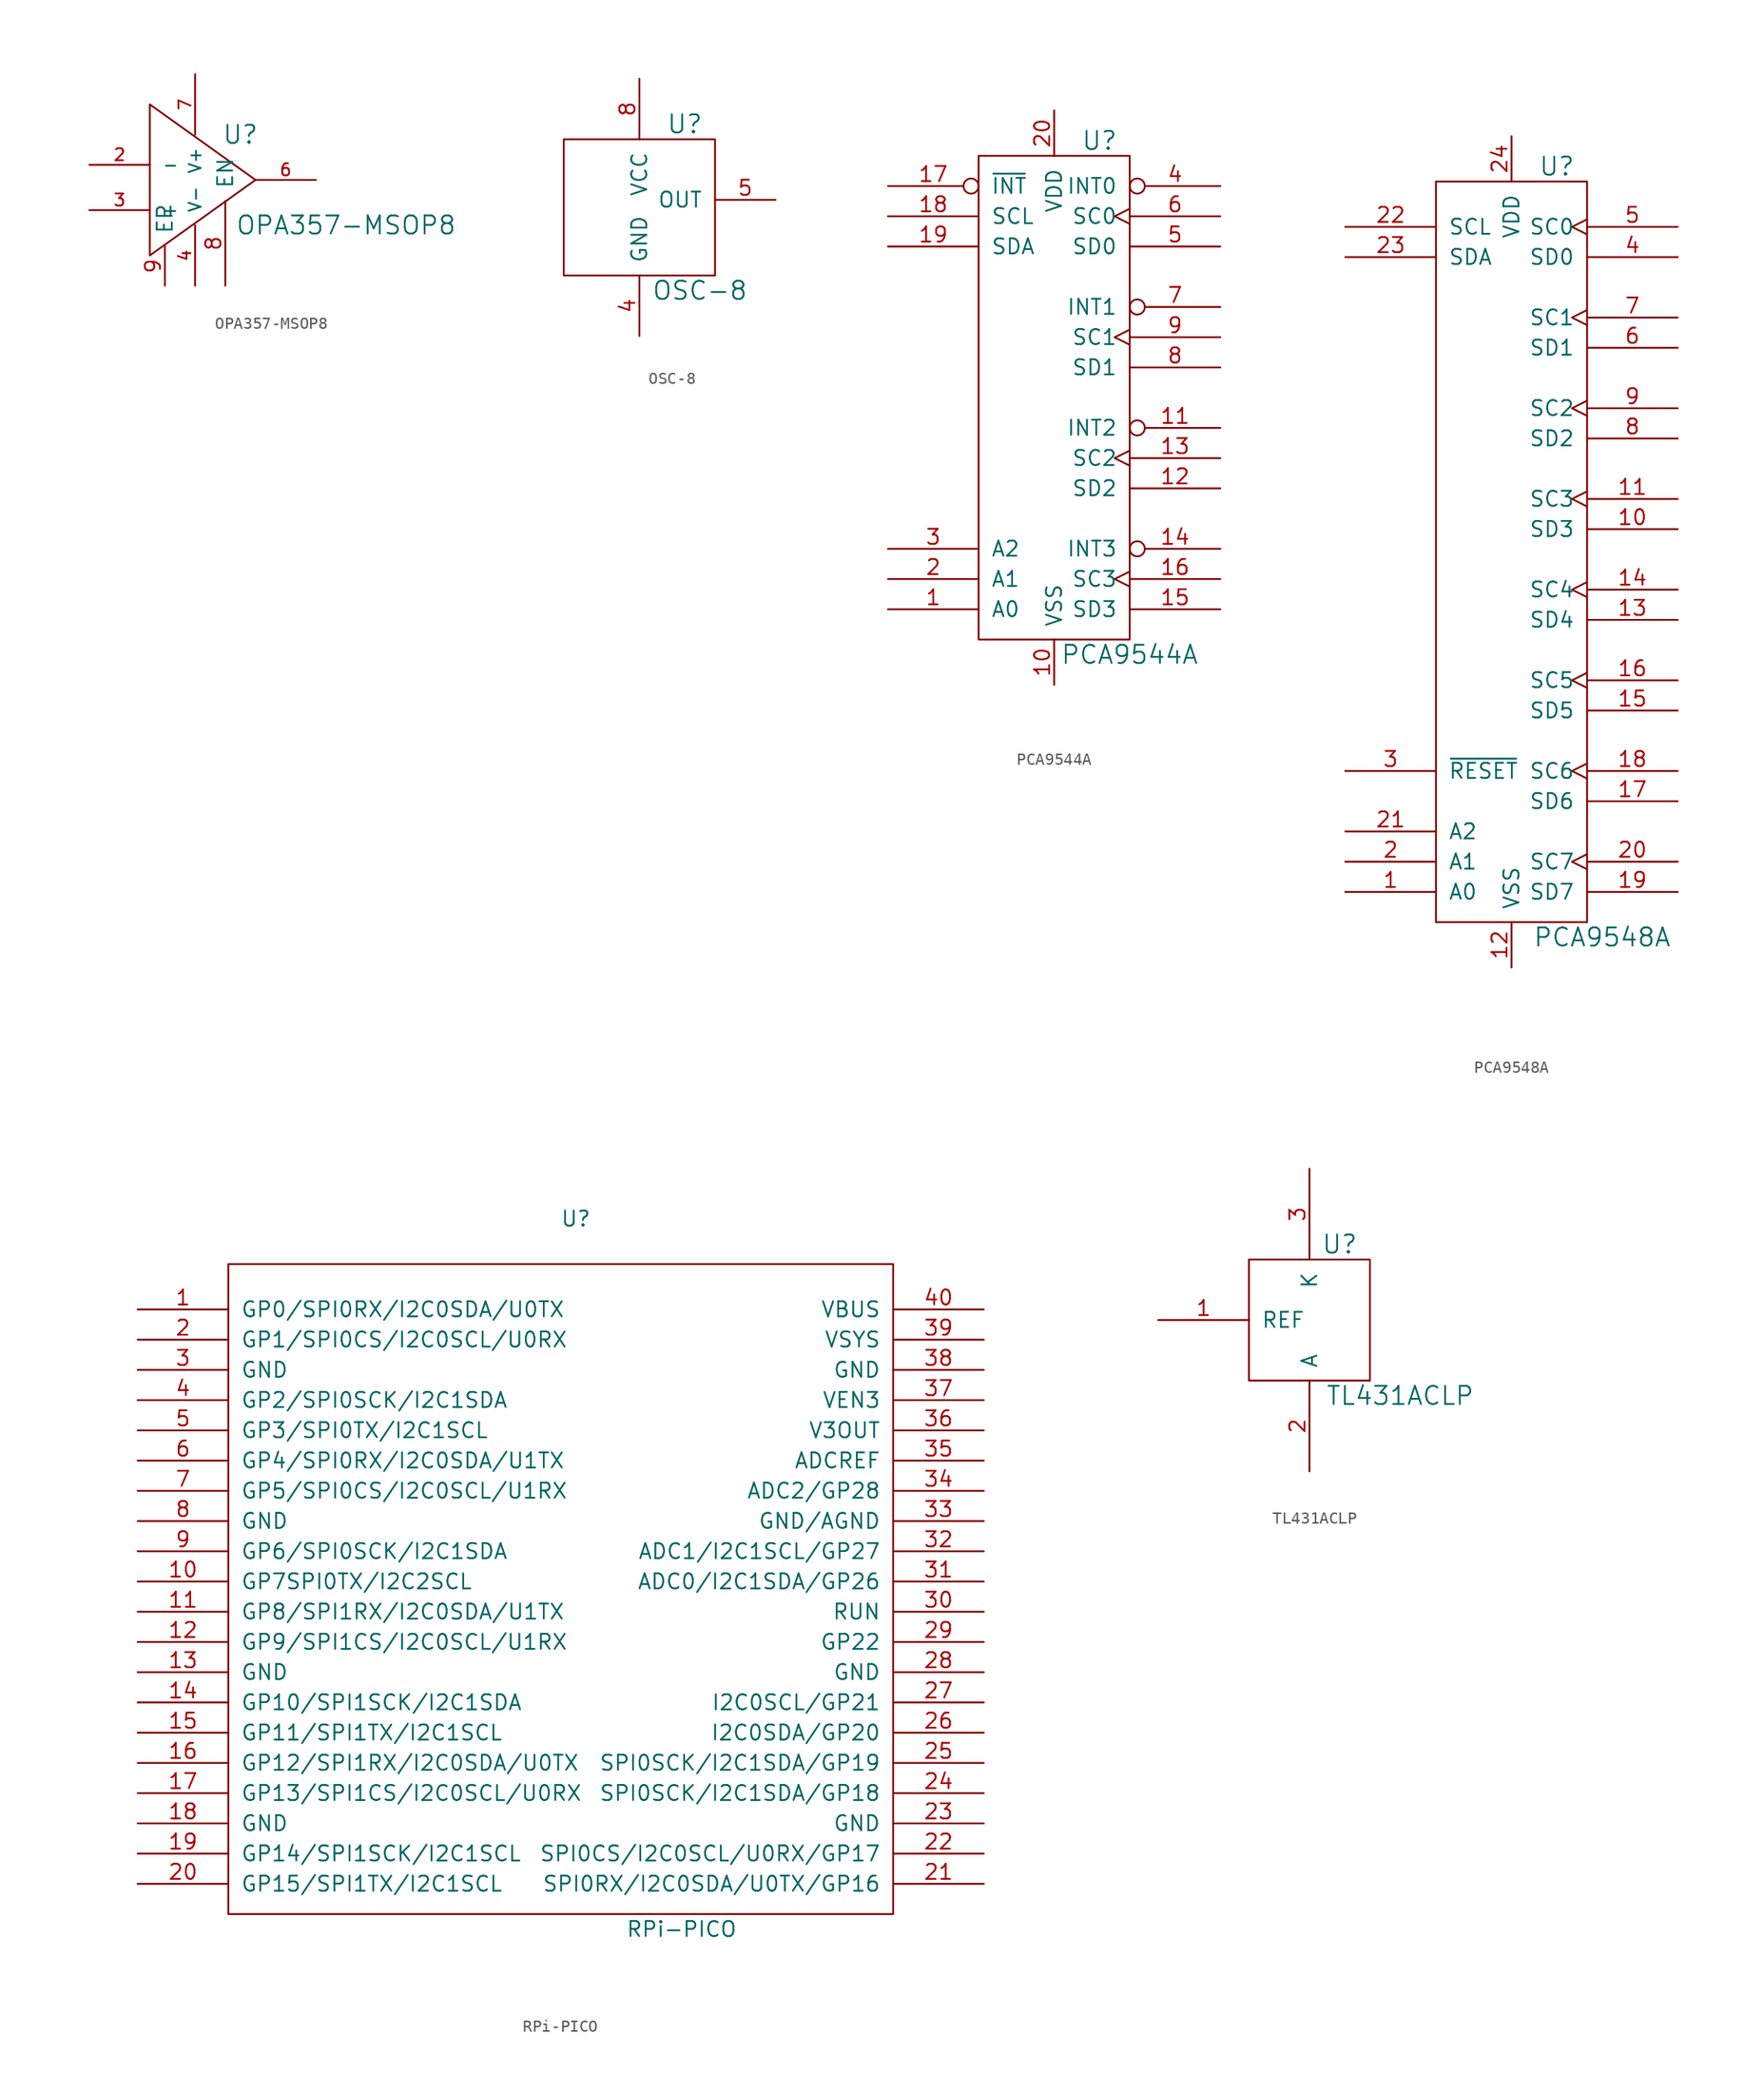
<source format=kicad_sym>
(kicad_symbol_lib
  (version 20220914)
  (generator kicad_symbol_editor)
  (symbol "OPA357-MSOP8"
    (pin_names
      (offset 1.016))
    (property "Reference" "U"
      (at 5.08 3.81 0)
      (effects (font (size 1.524 1.524))))
    (property "Value" "OPA357-MSOP8"
      (at 13.97 -3.81 0)
      (effects (font (size 1.524 1.524))))
    (property "Footprint" ""
      (at -2.54 -6.35 0)
      (effects (font (size 1.524 1.524))))
    (property "Datasheet" ""
      (at -2.54 -6.35 0)
      (effects (font (size 1.524 1.524))))
    (symbol "OPA357-MSOP8_0_1"
      (polyline (pts (xy -2.54 -6.35) (xy -2.54 6.35) (xy 6.35 0) (xy -2.54 -6.35)) (stroke (width 0) (type default)) (fill (type none))))
    (symbol "OPA357-MSOP8_1_1"
      (pin input line (at -7.62 1.27 0) (length 5.08) (name "-" (effects (font (size 1.016 1.016)))) (number "2" (effects (font (size 1.016 1.016)))))
      (pin input line (at -7.62 -2.54 0) (length 5.08) (name "+" (effects (font (size 1.016 1.016)))) (number "3" (effects (font (size 1.016 1.016)))))
      (pin power_in line (at 1.27 -8.89 90) (length 5.08) (name "V-" (effects (font (size 1.016 1.016)))) (number "4" (effects (font (size 1.016 1.016)))))
      (pin output line (at 11.43 0 180) (length 5.08) (name "~" (effects (font (size 1.016 1.016)))) (number "6" (effects (font (size 1.016 1.016)))))
      (pin power_in line (at 1.27 8.89 270) (length 5.08) (name "V+" (effects (font (size 1.016 1.016)))) (number "7" (effects (font (size 1.016 1.016)))))
      (pin input line (at 3.81 -8.89 90) (length 7.112) (name "EN" (effects (font (size 1.27 1.27)))) (number "8" (effects (font (size 1.27 1.27)))))
      (pin input line (at -1.27 -8.89 90) (length 3.302) (name "EP" (effects (font (size 1.27 1.27)))) (number "9" (effects (font (size 1.27 1.27)))))))
  (symbol "OSC-8"
    (pin_names
      (offset 1.016))
    (property "Reference" "U"
      (at 3.81 6.35 0)
      (effects (font (size 1.524 1.524))))
    (property "Value" "OSC-8"
      (at 5.08 -7.62 0)
      (effects (font (size 1.524 1.524))))
    (property "Footprint" ""
      (at 0 -8.89 0)
      (effects (font (size 1.524 1.524))))
    (property "Datasheet" ""
      (at 0 -8.89 0)
      (effects (font (size 1.524 1.524))))
    (symbol "OSC-8_0_1"
      (rectangle (start 6.35 -6.35) (end -6.35 5.08) (stroke (width 0) (type default)) (fill (type none))))
    (symbol "OSC-8_1_1"
      (pin power_in line (at 0 -11.43 90) (length 5.08) (name "GND" (effects (font (size 1.27 1.27)))) (number "4" (effects (font (size 1.27 1.27)))))
      (pin output line (at 11.43 0 180) (length 5.08) (name "OUT" (effects (font (size 1.27 1.27)))) (number "5" (effects (font (size 1.27 1.27)))))
      (pin power_in line (at 0 10.16 270) (length 5.08) (name "VCC" (effects (font (size 1.27 1.27)))) (number "8" (effects (font (size 1.27 1.27)))))))
  (symbol "PCA9544A"
    (pin_names
      (offset 1.016))
    (property "Reference" "U"
      (at 3.81 21.59 0)
      (effects (font (size 1.524 1.524))))
    (property "Value" "PCA9544A"
      (at 6.35 -21.59 0)
      (effects (font (size 1.524 1.524))))
    (property "Footprint" ""
      (at 1.27 -3.81 0)
      (effects (font (size 1.524 1.524))))
    (property "Datasheet" ""
      (at 1.27 -3.81 0)
      (effects (font (size 1.524 1.524))))
    (symbol "PCA9544A_0_1"
      (rectangle (start -6.35 -20.32) (end 6.35 20.32) (stroke (width 0) (type default)) (fill (type none))))
    (symbol "PCA9544A_1_1"
      (pin input line (at -13.97 -17.78 0) (length 7.62) (name "A0" (effects (font (size 1.27 1.27)))) (number "1" (effects (font (size 1.27 1.27)))))
      (pin power_in line (at 0 -24.13 90) (length 3.81) (name "VSS" (effects (font (size 1.27 1.27)))) (number "10" (effects (font (size 1.27 1.27)))))
      (pin input inverted (at 13.97 -2.54 180) (length 7.62) (name "INT2" (effects (font (size 1.27 1.27)))) (number "11" (effects (font (size 1.27 1.27)))))
      (pin bidirectional line (at 13.97 -7.62 180) (length 7.62) (name "SD2" (effects (font (size 1.27 1.27)))) (number "12" (effects (font (size 1.27 1.27)))))
      (pin input clock (at 13.97 -5.08 180) (length 7.62) (name "SC2" (effects (font (size 1.27 1.27)))) (number "13" (effects (font (size 1.27 1.27)))))
      (pin input inverted (at 13.97 -12.7 180) (length 7.62) (name "INT3" (effects (font (size 1.27 1.27)))) (number "14" (effects (font (size 1.27 1.27)))))
      (pin bidirectional line (at 13.97 -17.78 180) (length 7.62) (name "SD3" (effects (font (size 1.27 1.27)))) (number "15" (effects (font (size 1.27 1.27)))))
      (pin input clock (at 13.97 -15.24 180) (length 7.62) (name "SC3" (effects (font (size 1.27 1.27)))) (number "16" (effects (font (size 1.27 1.27)))))
      (pin output inverted (at -13.97 17.78 0) (length 7.62) (name "~{INT}" (effects (font (size 1.27 1.27)))) (number "17" (effects (font (size 1.27 1.27)))))
      (pin input line (at -13.97 15.24 0) (length 7.62) (name "SCL" (effects (font (size 1.27 1.27)))) (number "18" (effects (font (size 1.27 1.27)))))
      (pin input line (at -13.97 12.7 0) (length 7.62) (name "SDA" (effects (font (size 1.27 1.27)))) (number "19" (effects (font (size 1.27 1.27)))))
      (pin input line (at -13.97 -15.24 0) (length 7.62) (name "A1" (effects (font (size 1.27 1.27)))) (number "2" (effects (font (size 1.27 1.27)))))
      (pin power_in line (at 0 24.13 270) (length 3.81) (name "VDD" (effects (font (size 1.27 1.27)))) (number "20" (effects (font (size 1.27 1.27)))))
      (pin input line (at -13.97 -12.7 0) (length 7.62) (name "A2" (effects (font (size 1.27 1.27)))) (number "3" (effects (font (size 1.27 1.27)))))
      (pin input inverted (at 13.97 17.78 180) (length 7.62) (name "INT0" (effects (font (size 1.27 1.27)))) (number "4" (effects (font (size 1.27 1.27)))))
      (pin bidirectional line (at 13.97 12.7 180) (length 7.62) (name "SD0" (effects (font (size 1.27 1.27)))) (number "5" (effects (font (size 1.27 1.27)))))
      (pin input clock (at 13.97 15.24 180) (length 7.62) (name "SC0" (effects (font (size 1.27 1.27)))) (number "6" (effects (font (size 1.27 1.27)))))
      (pin input inverted (at 13.97 7.62 180) (length 7.62) (name "INT1" (effects (font (size 1.27 1.27)))) (number "7" (effects (font (size 1.27 1.27)))))
      (pin bidirectional line (at 13.97 2.54 180) (length 7.62) (name "SD1" (effects (font (size 1.27 1.27)))) (number "8" (effects (font (size 1.27 1.27)))))
      (pin input clock (at 13.97 5.08 180) (length 7.62) (name "SC1" (effects (font (size 1.27 1.27)))) (number "9" (effects (font (size 1.27 1.27)))))))
  (symbol "PCA9548A"
    (pin_names
      (offset 1.016))
    (property "Reference" "U"
      (at 3.81 33.02 0)
      (effects (font (size 1.524 1.524))))
    (property "Value" "PCA9548A"
      (at 7.62 -31.75 0)
      (effects (font (size 1.524 1.524))))
    (property "Footprint" ""
      (at 1.27 16.51 0)
      (effects (font (size 1.524 1.524))))
    (property "Datasheet" ""
      (at 1.27 16.51 0)
      (effects (font (size 1.524 1.524))))
    (symbol "PCA9548A_0_1"
      (rectangle (start -6.35 -30.48) (end 6.35 31.75) (stroke (width 0) (type default)) (fill (type none))))
    (symbol "PCA9548A_1_1"
      (pin input line (at -13.97 -27.94 0) (length 7.62) (name "A0" (effects (font (size 1.27 1.27)))) (number "1" (effects (font (size 1.27 1.27)))))
      (pin bidirectional line (at 13.97 2.54 180) (length 7.62) (name "SD3" (effects (font (size 1.27 1.27)))) (number "10" (effects (font (size 1.27 1.27)))))
      (pin input clock (at 13.97 5.08 180) (length 7.62) (name "SC3" (effects (font (size 1.27 1.27)))) (number "11" (effects (font (size 1.27 1.27)))))
      (pin power_in line (at 0 -34.29 90) (length 3.81) (name "VSS" (effects (font (size 1.27 1.27)))) (number "12" (effects (font (size 1.27 1.27)))))
      (pin bidirectional line (at 13.97 -5.08 180) (length 7.62) (name "SD4" (effects (font (size 1.27 1.27)))) (number "13" (effects (font (size 1.27 1.27)))))
      (pin input clock (at 13.97 -2.54 180) (length 7.62) (name "SC4" (effects (font (size 1.27 1.27)))) (number "14" (effects (font (size 1.27 1.27)))))
      (pin bidirectional line (at 13.97 -12.7 180) (length 7.62) (name "SD5" (effects (font (size 1.27 1.27)))) (number "15" (effects (font (size 1.27 1.27)))))
      (pin input clock (at 13.97 -10.16 180) (length 7.62) (name "SC5" (effects (font (size 1.27 1.27)))) (number "16" (effects (font (size 1.27 1.27)))))
      (pin bidirectional line (at 13.97 -20.32 180) (length 7.62) (name "SD6" (effects (font (size 1.27 1.27)))) (number "17" (effects (font (size 1.27 1.27)))))
      (pin input clock (at 13.97 -17.78 180) (length 7.62) (name "SC6" (effects (font (size 1.27 1.27)))) (number "18" (effects (font (size 1.27 1.27)))))
      (pin bidirectional line (at 13.97 -27.94 180) (length 7.62) (name "SD7" (effects (font (size 1.27 1.27)))) (number "19" (effects (font (size 1.27 1.27)))))
      (pin input line (at -13.97 -25.4 0) (length 7.62) (name "A1" (effects (font (size 1.27 1.27)))) (number "2" (effects (font (size 1.27 1.27)))))
      (pin input clock (at 13.97 -25.4 180) (length 7.62) (name "SC7" (effects (font (size 1.27 1.27)))) (number "20" (effects (font (size 1.27 1.27)))))
      (pin input line (at -13.97 -22.86 0) (length 7.62) (name "A2" (effects (font (size 1.27 1.27)))) (number "21" (effects (font (size 1.27 1.27)))))
      (pin input line (at -13.97 27.94 0) (length 7.62) (name "SCL" (effects (font (size 1.27 1.27)))) (number "22" (effects (font (size 1.27 1.27)))))
      (pin input line (at -13.97 25.4 0) (length 7.62) (name "SDA" (effects (font (size 1.27 1.27)))) (number "23" (effects (font (size 1.27 1.27)))))
      (pin power_in line (at 0 35.56 270) (length 3.81) (name "VDD" (effects (font (size 1.27 1.27)))) (number "24" (effects (font (size 1.27 1.27)))))
      (pin input line (at -13.97 -17.78 0) (length 7.62) (name "~{RESET}" (effects (font (size 1.27 1.27)))) (number "3" (effects (font (size 1.27 1.27)))))
      (pin bidirectional line (at 13.97 25.4 180) (length 7.62) (name "SD0" (effects (font (size 1.27 1.27)))) (number "4" (effects (font (size 1.27 1.27)))))
      (pin input clock (at 13.97 27.94 180) (length 7.62) (name "SC0" (effects (font (size 1.27 1.27)))) (number "5" (effects (font (size 1.27 1.27)))))
      (pin bidirectional line (at 13.97 17.78 180) (length 7.62) (name "SD1" (effects (font (size 1.27 1.27)))) (number "6" (effects (font (size 1.27 1.27)))))
      (pin input clock (at 13.97 20.32 180) (length 7.62) (name "SC1" (effects (font (size 1.27 1.27)))) (number "7" (effects (font (size 1.27 1.27)))))
      (pin bidirectional line (at 13.97 10.16 180) (length 7.62) (name "SD2" (effects (font (size 1.27 1.27)))) (number "8" (effects (font (size 1.27 1.27)))))
      (pin input clock (at 13.97 12.7 180) (length 7.62) (name "SC2" (effects (font (size 1.27 1.27)))) (number "9" (effects (font (size 1.27 1.27)))))))
  (symbol "RPi-PICO"
    (pin_names
      (offset 1.016))
    (property "Reference" "U"
      (at 0 29.21 0)
      (effects (font (size 1.27 1.27))))
    (property "Value" "RPi-PICO"
      (at 8.89 -30.48 0)
      (effects (font (size 1.27 1.27))))
    (symbol "RPi-PICO_1_0"
      (rectangle (start -29.21 -29.21) (end 26.67 25.4) (stroke (width 0) (type default)) (fill (type none))))
    (symbol "RPi-PICO_1_1"
      (pin bidirectional line (at -36.83 21.59 0) (length 7.62) (name "GP0/SPI0RX/I2C0SDA/U0TX" (effects (font (size 1.27 1.27)))) (number "1" (effects (font (size 1.27 1.27)))))
      (pin bidirectional line (at -36.83 -1.27 0) (length 7.62) (name "GP7SPI0TX/I2C2SCL" (effects (font (size 1.27 1.27)))) (number "10" (effects (font (size 1.27 1.27)))))
      (pin bidirectional line (at -36.83 -3.81 0) (length 7.62) (name "GP8/SPI1RX/I2C0SDA/U1TX" (effects (font (size 1.27 1.27)))) (number "11" (effects (font (size 1.27 1.27)))))
      (pin bidirectional line (at -36.83 -6.35 0) (length 7.62) (name "GP9/SPI1CS/I2C0SCL/U1RX" (effects (font (size 1.27 1.27)))) (number "12" (effects (font (size 1.27 1.27)))))
      (pin power_in line (at -36.83 -8.89 0) (length 7.62) (name "GND" (effects (font (size 1.27 1.27)))) (number "13" (effects (font (size 1.27 1.27)))))
      (pin bidirectional line (at -36.83 -11.43 0) (length 7.62) (name "GP10/SPI1SCK/I2C1SDA" (effects (font (size 1.27 1.27)))) (number "14" (effects (font (size 1.27 1.27)))))
      (pin bidirectional line (at -36.83 -13.97 0) (length 7.62) (name "GP11/SPI1TX/I2C1SCL" (effects (font (size 1.27 1.27)))) (number "15" (effects (font (size 1.27 1.27)))))
      (pin bidirectional line (at -36.83 -16.51 0) (length 7.62) (name "GP12/SPI1RX/I2C0SDA/U0TX" (effects (font (size 1.27 1.27)))) (number "16" (effects (font (size 1.27 1.27)))))
      (pin bidirectional line (at -36.83 -19.05 0) (length 7.62) (name "GP13/SPI1CS/I2C0SCL/U0RX" (effects (font (size 1.27 1.27)))) (number "17" (effects (font (size 1.27 1.27)))))
      (pin power_in line (at -36.83 -21.59 0) (length 7.62) (name "GND" (effects (font (size 1.27 1.27)))) (number "18" (effects (font (size 1.27 1.27)))))
      (pin bidirectional line (at -36.83 -24.13 0) (length 7.62) (name "GP14/SPI1SCK/I2C1SCL" (effects (font (size 1.27 1.27)))) (number "19" (effects (font (size 1.27 1.27)))))
      (pin bidirectional line (at -36.83 19.05 0) (length 7.62) (name "GP1/SPI0CS/I2C0SCL/U0RX" (effects (font (size 1.27 1.27)))) (number "2" (effects (font (size 1.27 1.27)))))
      (pin bidirectional line (at -36.83 -26.67 0) (length 7.62) (name "GP15/SPI1TX/I2C1SCL" (effects (font (size 1.27 1.27)))) (number "20" (effects (font (size 1.27 1.27)))))
      (pin bidirectional line (at 34.29 -26.67 180) (length 7.62) (name "SPI0RX/I2C0SDA/U0TX/GP16" (effects (font (size 1.27 1.27)))) (number "21" (effects (font (size 1.27 1.27)))))
      (pin bidirectional line (at 34.29 -24.13 180) (length 7.62) (name "SPI0CS/I2C0SCL/U0RX/GP17" (effects (font (size 1.27 1.27)))) (number "22" (effects (font (size 1.27 1.27)))))
      (pin power_in line (at 34.29 -21.59 180) (length 7.62) (name "GND" (effects (font (size 1.27 1.27)))) (number "23" (effects (font (size 1.27 1.27)))))
      (pin bidirectional line (at 34.29 -19.05 180) (length 7.62) (name "SPI0SCK/I2C1SDA/GP18" (effects (font (size 1.27 1.27)))) (number "24" (effects (font (size 1.27 1.27)))))
      (pin bidirectional line (at 34.29 -16.51 180) (length 7.62) (name "SPI0SCK/I2C1SDA/GP19" (effects (font (size 1.27 1.27)))) (number "25" (effects (font (size 1.27 1.27)))))
      (pin bidirectional line (at 34.29 -13.97 180) (length 7.62) (name "I2C0SDA/GP20" (effects (font (size 1.27 1.27)))) (number "26" (effects (font (size 1.27 1.27)))))
      (pin bidirectional line (at 34.29 -11.43 180) (length 7.62) (name "I2C0SCL/GP21" (effects (font (size 1.27 1.27)))) (number "27" (effects (font (size 1.27 1.27)))))
      (pin power_in line (at 34.29 -8.89 180) (length 7.62) (name "GND" (effects (font (size 1.27 1.27)))) (number "28" (effects (font (size 1.27 1.27)))))
      (pin bidirectional line (at 34.29 -6.35 180) (length 7.62) (name "GP22" (effects (font (size 1.27 1.27)))) (number "29" (effects (font (size 1.27 1.27)))))
      (pin power_in line (at -36.83 16.51 0) (length 7.62) (name "GND" (effects (font (size 1.27 1.27)))) (number "3" (effects (font (size 1.27 1.27)))))
      (pin input line (at 34.29 -3.81 180) (length 7.62) (name "RUN" (effects (font (size 1.27 1.27)))) (number "30" (effects (font (size 1.27 1.27)))))
      (pin bidirectional line (at 34.29 -1.27 180) (length 7.62) (name "ADC0/I2C1SDA/GP26" (effects (font (size 1.27 1.27)))) (number "31" (effects (font (size 1.27 1.27)))))
      (pin bidirectional line (at 34.29 1.27 180) (length 7.62) (name "ADC1/I2C1SCL/GP27" (effects (font (size 1.27 1.27)))) (number "32" (effects (font (size 1.27 1.27)))))
      (pin power_in line (at 34.29 3.81 180) (length 7.62) (name "GND/AGND" (effects (font (size 1.27 1.27)))) (number "33" (effects (font (size 1.27 1.27)))))
      (pin bidirectional line (at 34.29 6.35 180) (length 7.62) (name "ADC2/GP28" (effects (font (size 1.27 1.27)))) (number "34" (effects (font (size 1.27 1.27)))))
      (pin power_in line (at 34.29 8.89 180) (length 7.62) (name "ADCREF" (effects (font (size 1.27 1.27)))) (number "35" (effects (font (size 1.27 1.27)))))
      (pin power_out line (at 34.29 11.43 180) (length 7.62) (name "V3OUT" (effects (font (size 1.27 1.27)))) (number "36" (effects (font (size 1.27 1.27)))))
      (pin bidirectional line (at 34.29 13.97 180) (length 7.62) (name "VEN3" (effects (font (size 1.27 1.27)))) (number "37" (effects (font (size 1.27 1.27)))))
      (pin power_in line (at 34.29 16.51 180) (length 7.62) (name "GND" (effects (font (size 1.27 1.27)))) (number "38" (effects (font (size 1.27 1.27)))))
      (pin power_in line (at 34.29 19.05 180) (length 7.62) (name "VSYS" (effects (font (size 1.27 1.27)))) (number "39" (effects (font (size 1.27 1.27)))))
      (pin bidirectional line (at -36.83 13.97 0) (length 7.62) (name "GP2/SPI0SCK/I2C1SDA" (effects (font (size 1.27 1.27)))) (number "4" (effects (font (size 1.27 1.27)))))
      (pin power_out line (at 34.29 21.59 180) (length 7.62) (name "VBUS" (effects (font (size 1.27 1.27)))) (number "40" (effects (font (size 1.27 1.27)))))
      (pin bidirectional line (at -36.83 11.43 0) (length 7.62) (name "GP3/SPI0TX/I2C1SCL" (effects (font (size 1.27 1.27)))) (number "5" (effects (font (size 1.27 1.27)))))
      (pin bidirectional line (at -36.83 8.89 0) (length 7.62) (name "GP4/SPI0RX/I2C0SDA/U1TX" (effects (font (size 1.27 1.27)))) (number "6" (effects (font (size 1.27 1.27)))))
      (pin bidirectional line (at -36.83 6.35 0) (length 7.62) (name "GP5/SPI0CS/I2C0SCL/U1RX" (effects (font (size 1.27 1.27)))) (number "7" (effects (font (size 1.27 1.27)))))
      (pin power_in line (at -36.83 3.81 0) (length 7.62) (name "GND" (effects (font (size 1.27 1.27)))) (number "8" (effects (font (size 1.27 1.27)))))
      (pin bidirectional line (at -36.83 1.27 0) (length 7.62) (name "GP6/SPI0SCK/I2C1SDA" (effects (font (size 1.27 1.27)))) (number "9" (effects (font (size 1.27 1.27)))))))
  (symbol "TL431ACLP"
    (pin_names
      (offset 1.016))
    (property "Reference" "U"
      (at 2.54 8.89 0)
      (effects (font (size 1.524 1.524))))
    (property "Value" "TL431ACLP"
      (at 7.62 -3.81 0)
      (effects (font (size 1.524 1.524))))
    (property "Footprint" ""
      (at 0 0 0)
      (effects (font (size 1.524 1.524))))
    (property "Datasheet" ""
      (at 0 0 0)
      (effects (font (size 1.524 1.524))))
    (symbol "TL431ACLP_0_1"
      (rectangle (start -5.08 7.62) (end 5.08 -2.54) (stroke (width 0) (type default)) (fill (type none))))
    (symbol "TL431ACLP_1_1"
      (pin power_in line (at -12.7 2.54 0) (length 7.62) (name "REF" (effects (font (size 1.27 1.27)))) (number "1" (effects (font (size 1.27 1.27)))))
      (pin power_in line (at 0 -10.16 90) (length 7.62) (name "A" (effects (font (size 1.27 1.27)))) (number "2" (effects (font (size 1.27 1.27)))))
      (pin power_in line (at 0 15.24 270) (length 7.62) (name "K" (effects (font (size 1.27 1.27)))) (number "3" (effects (font (size 1.27 1.27))))))))
</source>
